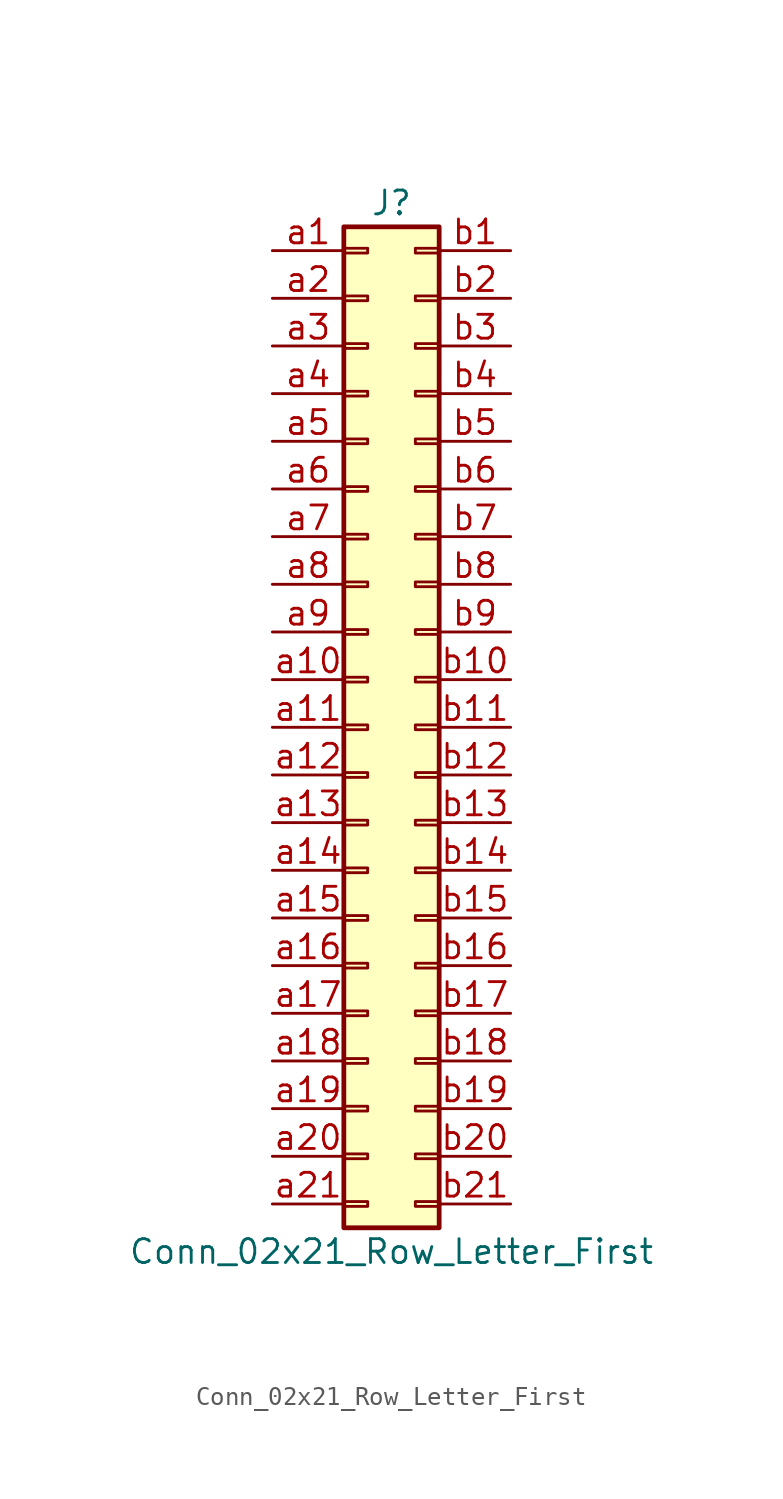
<source format=kicad_sym>
(kicad_symbol_lib
  (version 20211014)
  (generator kicad_symbol_editor)
  (symbol "Conn_02x21_Row_Letter_First"
    (pin_names
      (offset 1.016) hide)
    (property "Reference" "J"
      (at 1.27 27.94 0)
      (effects (font (size 1.27 1.27))))
    (property "Value" "Conn_02x21_Row_Letter_First"
      (at 1.27 -27.94 0)
      (effects (font (size 1.27 1.27))))
    (symbol "Conn_02x21_Row_Letter_First_1_1"
      (rectangle (start -1.27 -25.273) (end 0 -25.527) (stroke (width 0.152) (type default) (color 0 0 0 0)) (fill (type none)))
      (rectangle (start -1.27 -22.733) (end 0 -22.987) (stroke (width 0.152) (type default) (color 0 0 0 0)) (fill (type none)))
      (rectangle (start -1.27 -20.193) (end 0 -20.447) (stroke (width 0.152) (type default) (color 0 0 0 0)) (fill (type none)))
      (rectangle (start -1.27 -17.653) (end 0 -17.907) (stroke (width 0.152) (type default) (color 0 0 0 0)) (fill (type none)))
      (rectangle (start -1.27 -15.113) (end 0 -15.367) (stroke (width 0.152) (type default) (color 0 0 0 0)) (fill (type none)))
      (rectangle (start -1.27 -12.573) (end 0 -12.827) (stroke (width 0.152) (type default) (color 0 0 0 0)) (fill (type none)))
      (rectangle (start -1.27 -10.033) (end 0 -10.287) (stroke (width 0.152) (type default) (color 0 0 0 0)) (fill (type none)))
      (rectangle (start -1.27 -7.493) (end 0 -7.747) (stroke (width 0.152) (type default) (color 0 0 0 0)) (fill (type none)))
      (rectangle (start -1.27 -4.953) (end 0 -5.207) (stroke (width 0.152) (type default) (color 0 0 0 0)) (fill (type none)))
      (rectangle (start -1.27 -2.413) (end 0 -2.667) (stroke (width 0.152) (type default) (color 0 0 0 0)) (fill (type none)))
      (rectangle (start -1.27 0.127) (end 0 -0.127) (stroke (width 0.152) (type default) (color 0 0 0 0)) (fill (type none)))
      (rectangle (start -1.27 2.667) (end 0 2.413) (stroke (width 0.152) (type default) (color 0 0 0 0)) (fill (type none)))
      (rectangle (start -1.27 5.207) (end 0 4.953) (stroke (width 0.152) (type default) (color 0 0 0 0)) (fill (type none)))
      (rectangle (start -1.27 7.747) (end 0 7.493) (stroke (width 0.152) (type default) (color 0 0 0 0)) (fill (type none)))
      (rectangle (start -1.27 10.287) (end 0 10.033) (stroke (width 0.152) (type default) (color 0 0 0 0)) (fill (type none)))
      (rectangle (start -1.27 12.827) (end 0 12.573) (stroke (width 0.152) (type default) (color 0 0 0 0)) (fill (type none)))
      (rectangle (start -1.27 15.367) (end 0 15.113) (stroke (width 0.152) (type default) (color 0 0 0 0)) (fill (type none)))
      (rectangle (start -1.27 17.907) (end 0 17.653) (stroke (width 0.152) (type default) (color 0 0 0 0)) (fill (type none)))
      (rectangle (start -1.27 20.447) (end 0 20.193) (stroke (width 0.152) (type default) (color 0 0 0 0)) (fill (type none)))
      (rectangle (start -1.27 22.987) (end 0 22.733) (stroke (width 0.152) (type default) (color 0 0 0 0)) (fill (type none)))
      (rectangle (start -1.27 25.527) (end 0 25.273) (stroke (width 0.152) (type default) (color 0 0 0 0)) (fill (type none)))
      (rectangle (start -1.27 26.67) (end 3.81 -26.67) (stroke (width 0.254) (type default) (color 0 0 0 0)) (fill (type background)))
      (rectangle (start 3.81 -25.273) (end 2.54 -25.527) (stroke (width 0.152) (type default) (color 0 0 0 0)) (fill (type none)))
      (rectangle (start 3.81 -22.733) (end 2.54 -22.987) (stroke (width 0.152) (type default) (color 0 0 0 0)) (fill (type none)))
      (rectangle (start 3.81 -20.193) (end 2.54 -20.447) (stroke (width 0.152) (type default) (color 0 0 0 0)) (fill (type none)))
      (rectangle (start 3.81 -17.653) (end 2.54 -17.907) (stroke (width 0.152) (type default) (color 0 0 0 0)) (fill (type none)))
      (rectangle (start 3.81 -15.113) (end 2.54 -15.367) (stroke (width 0.152) (type default) (color 0 0 0 0)) (fill (type none)))
      (rectangle (start 3.81 -12.573) (end 2.54 -12.827) (stroke (width 0.152) (type default) (color 0 0 0 0)) (fill (type none)))
      (rectangle (start 3.81 -10.033) (end 2.54 -10.287) (stroke (width 0.152) (type default) (color 0 0 0 0)) (fill (type none)))
      (rectangle (start 3.81 -7.493) (end 2.54 -7.747) (stroke (width 0.152) (type default) (color 0 0 0 0)) (fill (type none)))
      (rectangle (start 3.81 -4.953) (end 2.54 -5.207) (stroke (width 0.152) (type default) (color 0 0 0 0)) (fill (type none)))
      (rectangle (start 3.81 -2.413) (end 2.54 -2.667) (stroke (width 0.152) (type default) (color 0 0 0 0)) (fill (type none)))
      (rectangle (start 3.81 0.127) (end 2.54 -0.127) (stroke (width 0.152) (type default) (color 0 0 0 0)) (fill (type none)))
      (rectangle (start 3.81 2.667) (end 2.54 2.413) (stroke (width 0.152) (type default) (color 0 0 0 0)) (fill (type none)))
      (rectangle (start 3.81 5.207) (end 2.54 4.953) (stroke (width 0.152) (type default) (color 0 0 0 0)) (fill (type none)))
      (rectangle (start 3.81 7.747) (end 2.54 7.493) (stroke (width 0.152) (type default) (color 0 0 0 0)) (fill (type none)))
      (rectangle (start 3.81 10.287) (end 2.54 10.033) (stroke (width 0.152) (type default) (color 0 0 0 0)) (fill (type none)))
      (rectangle (start 3.81 12.827) (end 2.54 12.573) (stroke (width 0.152) (type default) (color 0 0 0 0)) (fill (type none)))
      (rectangle (start 3.81 15.367) (end 2.54 15.113) (stroke (width 0.152) (type default) (color 0 0 0 0)) (fill (type none)))
      (rectangle (start 3.81 17.907) (end 2.54 17.653) (stroke (width 0.152) (type default) (color 0 0 0 0)) (fill (type none)))
      (rectangle (start 3.81 20.447) (end 2.54 20.193) (stroke (width 0.152) (type default) (color 0 0 0 0)) (fill (type none)))
      (rectangle (start 3.81 22.987) (end 2.54 22.733) (stroke (width 0.152) (type default) (color 0 0 0 0)) (fill (type none)))
      (rectangle (start 3.81 25.527) (end 2.54 25.273) (stroke (width 0.152) (type default) (color 0 0 0 0)) (fill (type none)))
      (pin passive line (at -5.08 25.4 0) (length 3.81) (name "Pin_a1" (effects (font (size 1.27 1.27)))) (number "a1" (effects (font (size 1.27 1.27)))))
      (pin passive line (at -5.08 2.54 0) (length 3.81) (name "Pin_a10" (effects (font (size 1.27 1.27)))) (number "a10" (effects (font (size 1.27 1.27)))))
      (pin passive line (at -5.08 0 0) (length 3.81) (name "Pin_a11" (effects (font (size 1.27 1.27)))) (number "a11" (effects (font (size 1.27 1.27)))))
      (pin passive line (at -5.08 -2.54 0) (length 3.81) (name "Pin_a12" (effects (font (size 1.27 1.27)))) (number "a12" (effects (font (size 1.27 1.27)))))
      (pin passive line (at -5.08 -5.08 0) (length 3.81) (name "Pin_a13" (effects (font (size 1.27 1.27)))) (number "a13" (effects (font (size 1.27 1.27)))))
      (pin passive line (at -5.08 -7.62 0) (length 3.81) (name "Pin_a14" (effects (font (size 1.27 1.27)))) (number "a14" (effects (font (size 1.27 1.27)))))
      (pin passive line (at -5.08 -10.16 0) (length 3.81) (name "Pin_a15" (effects (font (size 1.27 1.27)))) (number "a15" (effects (font (size 1.27 1.27)))))
      (pin passive line (at -5.08 -12.7 0) (length 3.81) (name "Pin_a16" (effects (font (size 1.27 1.27)))) (number "a16" (effects (font (size 1.27 1.27)))))
      (pin passive line (at -5.08 -15.24 0) (length 3.81) (name "Pin_a17" (effects (font (size 1.27 1.27)))) (number "a17" (effects (font (size 1.27 1.27)))))
      (pin passive line (at -5.08 -17.78 0) (length 3.81) (name "Pin_a18" (effects (font (size 1.27 1.27)))) (number "a18" (effects (font (size 1.27 1.27)))))
      (pin passive line (at -5.08 -20.32 0) (length 3.81) (name "Pin_a19" (effects (font (size 1.27 1.27)))) (number "a19" (effects (font (size 1.27 1.27)))))
      (pin passive line (at -5.08 22.86 0) (length 3.81) (name "Pin_a2" (effects (font (size 1.27 1.27)))) (number "a2" (effects (font (size 1.27 1.27)))))
      (pin passive line (at -5.08 -22.86 0) (length 3.81) (name "Pin_a20" (effects (font (size 1.27 1.27)))) (number "a20" (effects (font (size 1.27 1.27)))))
      (pin passive line (at -5.08 -25.4 0) (length 3.81) (name "Pin_a21" (effects (font (size 1.27 1.27)))) (number "a21" (effects (font (size 1.27 1.27)))))
      (pin passive line (at -5.08 20.32 0) (length 3.81) (name "Pin_a3" (effects (font (size 1.27 1.27)))) (number "a3" (effects (font (size 1.27 1.27)))))
      (pin passive line (at -5.08 17.78 0) (length 3.81) (name "Pin_a4" (effects (font (size 1.27 1.27)))) (number "a4" (effects (font (size 1.27 1.27)))))
      (pin passive line (at -5.08 15.24 0) (length 3.81) (name "Pin_a5" (effects (font (size 1.27 1.27)))) (number "a5" (effects (font (size 1.27 1.27)))))
      (pin passive line (at -5.08 12.7 0) (length 3.81) (name "Pin_a6" (effects (font (size 1.27 1.27)))) (number "a6" (effects (font (size 1.27 1.27)))))
      (pin passive line (at -5.08 10.16 0) (length 3.81) (name "Pin_a7" (effects (font (size 1.27 1.27)))) (number "a7" (effects (font (size 1.27 1.27)))))
      (pin passive line (at -5.08 7.62 0) (length 3.81) (name "Pin_a8" (effects (font (size 1.27 1.27)))) (number "a8" (effects (font (size 1.27 1.27)))))
      (pin passive line (at -5.08 5.08 0) (length 3.81) (name "Pin_a9" (effects (font (size 1.27 1.27)))) (number "a9" (effects (font (size 1.27 1.27)))))
      (pin passive line (at 7.62 25.4 180) (length 3.81) (name "Pin_b1" (effects (font (size 1.27 1.27)))) (number "b1" (effects (font (size 1.27 1.27)))))
      (pin passive line (at 7.62 2.54 180) (length 3.81) (name "Pin_b10" (effects (font (size 1.27 1.27)))) (number "b10" (effects (font (size 1.27 1.27)))))
      (pin passive line (at 7.62 0 180) (length 3.81) (name "Pin_b11" (effects (font (size 1.27 1.27)))) (number "b11" (effects (font (size 1.27 1.27)))))
      (pin passive line (at 7.62 -2.54 180) (length 3.81) (name "Pin_b12" (effects (font (size 1.27 1.27)))) (number "b12" (effects (font (size 1.27 1.27)))))
      (pin passive line (at 7.62 -5.08 180) (length 3.81) (name "Pin_b13" (effects (font (size 1.27 1.27)))) (number "b13" (effects (font (size 1.27 1.27)))))
      (pin passive line (at 7.62 -7.62 180) (length 3.81) (name "Pin_b14" (effects (font (size 1.27 1.27)))) (number "b14" (effects (font (size 1.27 1.27)))))
      (pin passive line (at 7.62 -10.16 180) (length 3.81) (name "Pin_b15" (effects (font (size 1.27 1.27)))) (number "b15" (effects (font (size 1.27 1.27)))))
      (pin passive line (at 7.62 -12.7 180) (length 3.81) (name "Pin_b16" (effects (font (size 1.27 1.27)))) (number "b16" (effects (font (size 1.27 1.27)))))
      (pin passive line (at 7.62 -15.24 180) (length 3.81) (name "Pin_b17" (effects (font (size 1.27 1.27)))) (number "b17" (effects (font (size 1.27 1.27)))))
      (pin passive line (at 7.62 -17.78 180) (length 3.81) (name "Pin_b18" (effects (font (size 1.27 1.27)))) (number "b18" (effects (font (size 1.27 1.27)))))
      (pin passive line (at 7.62 -20.32 180) (length 3.81) (name "Pin_b19" (effects (font (size 1.27 1.27)))) (number "b19" (effects (font (size 1.27 1.27)))))
      (pin passive line (at 7.62 22.86 180) (length 3.81) (name "Pin_b2" (effects (font (size 1.27 1.27)))) (number "b2" (effects (font (size 1.27 1.27)))))
      (pin passive line (at 7.62 -22.86 180) (length 3.81) (name "Pin_b20" (effects (font (size 1.27 1.27)))) (number "b20" (effects (font (size 1.27 1.27)))))
      (pin passive line (at 7.62 -25.4 180) (length 3.81) (name "Pin_b21" (effects (font (size 1.27 1.27)))) (number "b21" (effects (font (size 1.27 1.27)))))
      (pin passive line (at 7.62 20.32 180) (length 3.81) (name "Pin_b3" (effects (font (size 1.27 1.27)))) (number "b3" (effects (font (size 1.27 1.27)))))
      (pin passive line (at 7.62 17.78 180) (length 3.81) (name "Pin_b4" (effects (font (size 1.27 1.27)))) (number "b4" (effects (font (size 1.27 1.27)))))
      (pin passive line (at 7.62 15.24 180) (length 3.81) (name "Pin_b5" (effects (font (size 1.27 1.27)))) (number "b5" (effects (font (size 1.27 1.27)))))
      (pin passive line (at 7.62 12.7 180) (length 3.81) (name "Pin_b6" (effects (font (size 1.27 1.27)))) (number "b6" (effects (font (size 1.27 1.27)))))
      (pin passive line (at 7.62 10.16 180) (length 3.81) (name "Pin_b7" (effects (font (size 1.27 1.27)))) (number "b7" (effects (font (size 1.27 1.27)))))
      (pin passive line (at 7.62 7.62 180) (length 3.81) (name "Pin_b8" (effects (font (size 1.27 1.27)))) (number "b8" (effects (font (size 1.27 1.27)))))
      (pin passive line (at 7.62 5.08 180) (length 3.81) (name "Pin_b9" (effects (font (size 1.27 1.27)))) (number "b9" (effects (font (size 1.27 1.27))))))))
</source>
